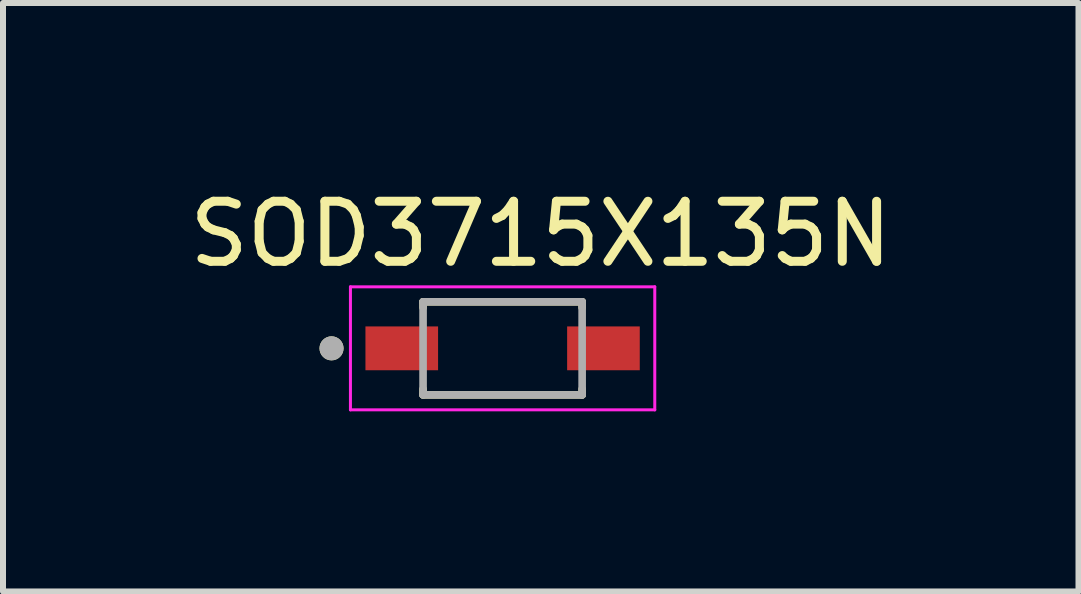
<source format=kicad_pcb>
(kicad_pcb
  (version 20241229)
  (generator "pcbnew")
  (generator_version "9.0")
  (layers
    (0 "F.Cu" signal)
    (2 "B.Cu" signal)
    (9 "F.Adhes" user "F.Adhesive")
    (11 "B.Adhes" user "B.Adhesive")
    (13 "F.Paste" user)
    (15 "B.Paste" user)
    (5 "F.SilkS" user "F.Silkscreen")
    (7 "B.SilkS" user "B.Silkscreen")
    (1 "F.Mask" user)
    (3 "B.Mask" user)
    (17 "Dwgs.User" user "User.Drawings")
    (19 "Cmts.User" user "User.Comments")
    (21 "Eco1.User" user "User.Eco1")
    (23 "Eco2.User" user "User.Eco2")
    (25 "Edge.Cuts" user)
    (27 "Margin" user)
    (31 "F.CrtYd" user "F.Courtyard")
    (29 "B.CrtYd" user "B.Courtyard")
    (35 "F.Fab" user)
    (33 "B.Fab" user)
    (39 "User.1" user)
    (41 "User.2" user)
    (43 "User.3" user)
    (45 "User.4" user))
  (footprint "SOD3715X135N"
    (layer "F.Cu")
    (at 5.323 2.753)
    (property "Reference" "SOD3715X135N" (at 0.635 -1.905 0) (layer "F.SilkS") (effects (font (size 1 1) (thickness 0.15))))
    (attr smd)
    (fp_line (start -1.325 -0.775) (end 1.325 -0.775) (stroke (width 0.127) (type solid)) (layer "F.SilkS"))
    (fp_line (start -1.325 -0.679) (end -1.325 -0.775) (stroke (width 0.127) (type solid)) (layer "F.SilkS"))
    (fp_line (start -1.325 0.775) (end -1.325 0.679) (stroke (width 0.127) (type solid)) (layer "F.SilkS"))
    (fp_line (start 1.325 -0.775) (end 1.325 -0.679) (stroke (width 0.127) (type solid)) (layer "F.SilkS"))
    (fp_line (start 1.325 0.679) (end 1.325 0.775) (stroke (width 0.127) (type solid)) (layer "F.SilkS"))
    (fp_line (start 1.325 0.775) (end -1.325 0.775) (stroke (width 0.127) (type solid)) (layer "F.SilkS"))
    (fp_circle (center -2.85 0) (end -2.75 0) (stroke (width 0.2) (type solid)) (fill no) (layer "F.SilkS"))
    (fp_line (start -2.535 -1.025) (end 2.535 -1.025) (stroke (width 0.05) (type solid)) (layer "F.CrtYd"))
    (fp_line (start -2.535 1.025) (end -2.535 -1.025) (stroke (width 0.05) (type solid)) (layer "F.CrtYd"))
    (fp_line (start 2.535 -1.025) (end 2.535 1.025) (stroke (width 0.05) (type solid)) (layer "F.CrtYd"))
    (fp_line (start 2.535 1.025) (end -2.535 1.025) (stroke (width 0.05) (type solid)) (layer "F.CrtYd"))
    (fp_line (start -1.325 -0.775) (end 1.325 -0.775) (stroke (width 0.127) (type solid)) (layer "F.Fab"))
    (fp_line (start -1.325 0.775) (end -1.325 -0.775) (stroke (width 0.127) (type solid)) (layer "F.Fab"))
    (fp_line (start 1.325 -0.775) (end 1.325 0.775) (stroke (width 0.127) (type solid)) (layer "F.Fab"))
    (fp_line (start 1.325 0.775) (end -1.325 0.775) (stroke (width 0.127) (type solid)) (layer "F.Fab"))
    (fp_circle (center -2.85 0) (end -2.75 0) (stroke (width 0.2) (type solid)) (fill no) (layer "F.Fab"))
    (pad "A" smd rect (at 1.68 0) (size 1.21 0.73) (layers "F.Cu" "F.Mask" "F.Paste"))
    (pad "K" smd rect (at -1.68 0) (size 1.21 0.73) (layers "F.Cu" "F.Mask" "F.Paste")))
  (gr_rect
    (start -3 -3)
    (end 14.917 6.803)
    (stroke (width 0.1) (type default))
    (fill no)
    (layer "Edge.Cuts")))
</source>
